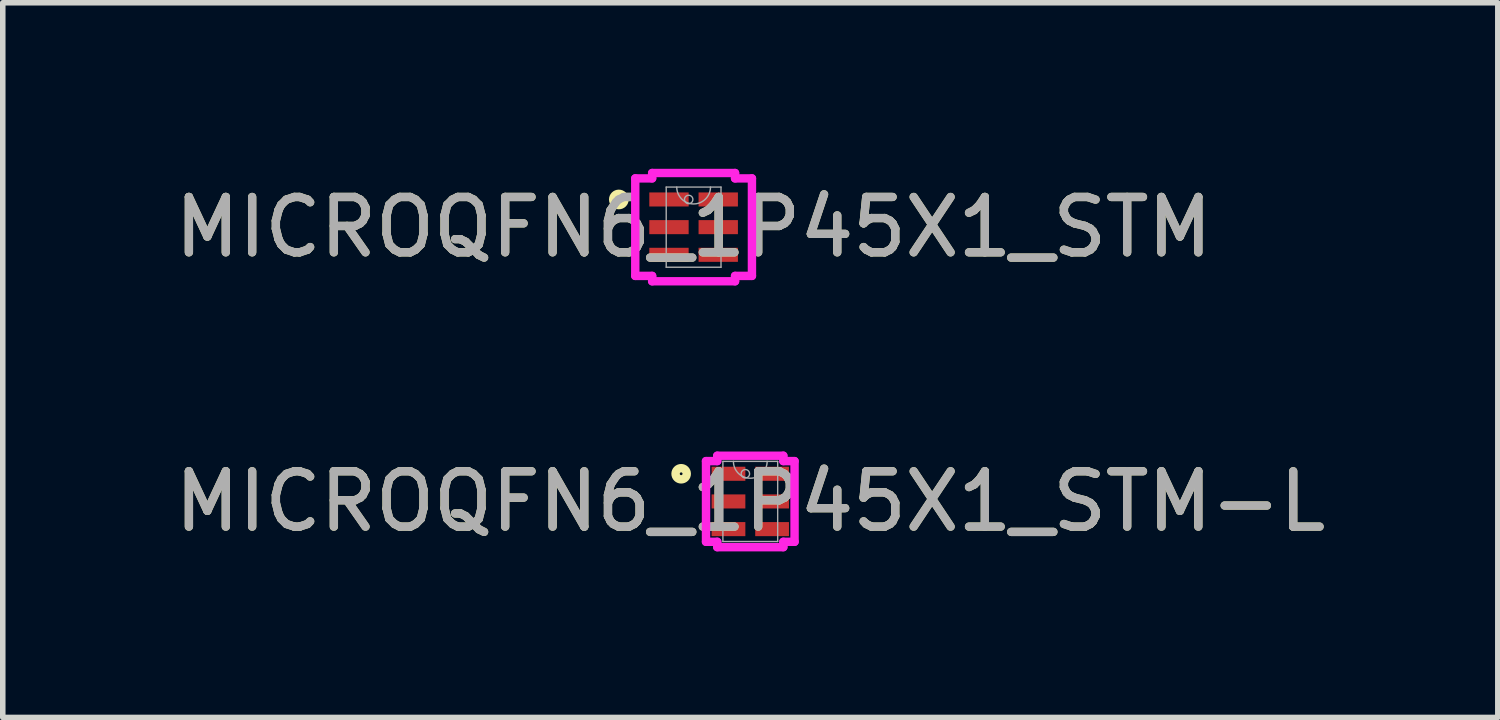
<source format=kicad_pcb>
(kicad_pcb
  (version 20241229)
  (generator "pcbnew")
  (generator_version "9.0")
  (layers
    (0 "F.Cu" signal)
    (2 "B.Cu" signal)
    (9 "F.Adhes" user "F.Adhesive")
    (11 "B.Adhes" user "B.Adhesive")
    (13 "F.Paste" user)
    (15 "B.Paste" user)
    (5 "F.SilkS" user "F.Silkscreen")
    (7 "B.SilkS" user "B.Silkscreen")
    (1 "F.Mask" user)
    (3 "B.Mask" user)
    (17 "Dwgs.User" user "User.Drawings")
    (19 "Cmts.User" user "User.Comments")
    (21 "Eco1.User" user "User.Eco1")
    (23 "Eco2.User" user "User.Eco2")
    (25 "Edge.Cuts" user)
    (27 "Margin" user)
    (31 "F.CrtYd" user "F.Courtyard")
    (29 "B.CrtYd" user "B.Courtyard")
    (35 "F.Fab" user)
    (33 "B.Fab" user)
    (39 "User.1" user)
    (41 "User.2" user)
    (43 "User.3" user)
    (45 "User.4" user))
  (footprint "MICROQFN6_1P45X1_STM-L"
    (layer "F.Cu")
    (at 10.506 6.01)
    (property "Reference" "MICROQFN6_1P45X1_STM-L" (at 0 0 0) (unlocked yes) (layer "F.SilkS") (effects (font (size 1 1) (thickness 0.15))))
    (attr smd)
    (fp_circle (center -1.249 -0.5) (end -1.148 -0.5) (stroke (width 0.152) (type solid)) (fill no) (layer "F.SilkS"))
    (fp_line (start -0.8 -0.729) (end -0.597 -0.729) (stroke (width 0.152) (type solid)) (layer "F.CrtYd"))
    (fp_line (start -0.8 0.729) (end -0.8 -0.729) (stroke (width 0.152) (type solid)) (layer "F.CrtYd"))
    (fp_line (start -0.8 0.729) (end -0.597 0.729) (stroke (width 0.152) (type solid)) (layer "F.CrtYd"))
    (fp_line (start -0.597 -0.826) (end 0.597 -0.826) (stroke (width 0.152) (type solid)) (layer "F.CrtYd"))
    (fp_line (start -0.597 -0.729) (end -0.597 -0.826) (stroke (width 0.152) (type solid)) (layer "F.CrtYd"))
    (fp_line (start -0.597 0.826) (end -0.597 0.729) (stroke (width 0.152) (type solid)) (layer "F.CrtYd"))
    (fp_line (start 0.597 -0.826) (end 0.597 -0.729) (stroke (width 0.152) (type solid)) (layer "F.CrtYd"))
    (fp_line (start 0.597 0.729) (end 0.597 0.826) (stroke (width 0.152) (type solid)) (layer "F.CrtYd"))
    (fp_line (start 0.597 0.826) (end -0.597 0.826) (stroke (width 0.152) (type solid)) (layer "F.CrtYd"))
    (fp_line (start 0.8 -0.729) (end 0.597 -0.729) (stroke (width 0.152) (type solid)) (layer "F.CrtYd"))
    (fp_line (start 0.8 -0.729) (end 0.8 0.729) (stroke (width 0.152) (type solid)) (layer "F.CrtYd"))
    (fp_line (start 0.8 0.729) (end 0.597 0.729) (stroke (width 0.152) (type solid)) (layer "F.CrtYd"))
    (fp_line (start -0.495 -0.724) (end -0.495 0.724) (stroke (width 0.025) (type solid)) (layer "F.Fab"))
    (fp_line (start -0.495 0.724) (end 0.495 0.724) (stroke (width 0.025) (type solid)) (layer "F.Fab"))
    (fp_line (start 0.495 -0.724) (end -0.495 -0.724) (stroke (width 0.025) (type solid)) (layer "F.Fab"))
    (fp_line (start 0.495 0.724) (end 0.495 -0.724) (stroke (width 0.025) (type solid)) (layer "F.Fab"))
    (fp_arc (start 0.3048 -0.7239) (mid 0 -0.4191) (end -0.3048 -0.7239) (stroke (width 0.0254) (type solid)) (layer "F.Fab"))
    (fp_circle (center -0.089 -0.5) (end -0.013 -0.5) (stroke (width 0.025) (type solid)) (fill no) (layer "F.Fab"))
    (fp_text user "${REFERENCE}" (at 0 0 0) (unlocked yes) (layer "F.Fab") (effects (font (size 1 1) (thickness 0.15))))
    (pad "1" smd rect (at -0.394 -0.5) (size 0.61 0.254) (layers "F.Cu" "F.Mask" "F.Paste"))
    (pad "2" smd rect (at -0.394 0) (size 0.61 0.254) (layers "F.Cu" "F.Mask" "F.Paste"))
    (pad "3" smd rect (at -0.394 0.5) (size 0.61 0.254) (layers "F.Cu" "F.Mask" "F.Paste"))
    (pad "4" smd rect (at 0.394 0.5) (size 0.61 0.254) (layers "F.Cu" "F.Mask" "F.Paste"))
    (pad "5" smd rect (at 0.394 0) (size 0.61 0.254) (layers "F.Cu" "F.Mask" "F.Paste"))
    (pad "6" smd rect (at 0.394 -0.5) (size 0.61 0.254) (layers "F.Cu" "F.Mask" "F.Paste")))
  (footprint "MICROQFN6_1P45X1_STM"
    (layer "F.Cu")
    (at 9.482 1.054)
    (property "Reference" "MICROQFN6_1P45X1_STM" (at 0 0 0) (unlocked yes) (layer "F.SilkS") (effects (font (size 1 1) (thickness 0.15))))
    (attr smd)
    (fp_circle (center -1.351 -0.5) (end -1.249 -0.5) (stroke (width 0.152) (type solid)) (fill no) (layer "F.SilkS"))
    (fp_line (start -1.054 -0.881) (end -0.749 -0.881) (stroke (width 0.152) (type solid)) (layer "F.CrtYd"))
    (fp_line (start -1.054 0.881) (end -1.054 -0.881) (stroke (width 0.152) (type solid)) (layer "F.CrtYd"))
    (fp_line (start -1.054 0.881) (end -0.749 0.881) (stroke (width 0.152) (type solid)) (layer "F.CrtYd"))
    (fp_line (start -0.749 -0.978) (end 0.749 -0.978) (stroke (width 0.152) (type solid)) (layer "F.CrtYd"))
    (fp_line (start -0.749 -0.881) (end -0.749 -0.978) (stroke (width 0.152) (type solid)) (layer "F.CrtYd"))
    (fp_line (start -0.749 0.978) (end -0.749 0.881) (stroke (width 0.152) (type solid)) (layer "F.CrtYd"))
    (fp_line (start 0.749 -0.978) (end 0.749 -0.881) (stroke (width 0.152) (type solid)) (layer "F.CrtYd"))
    (fp_line (start 0.749 0.881) (end 0.749 0.978) (stroke (width 0.152) (type solid)) (layer "F.CrtYd"))
    (fp_line (start 0.749 0.978) (end -0.749 0.978) (stroke (width 0.152) (type solid)) (layer "F.CrtYd"))
    (fp_line (start 1.054 -0.881) (end 0.749 -0.881) (stroke (width 0.152) (type solid)) (layer "F.CrtYd"))
    (fp_line (start 1.054 -0.881) (end 1.054 0.881) (stroke (width 0.152) (type solid)) (layer "F.CrtYd"))
    (fp_line (start 1.054 0.881) (end 0.749 0.881) (stroke (width 0.152) (type solid)) (layer "F.CrtYd"))
    (fp_line (start -0.495 -0.724) (end -0.495 0.724) (stroke (width 0.025) (type solid)) (layer "F.Fab"))
    (fp_line (start -0.495 0.724) (end 0.495 0.724) (stroke (width 0.025) (type solid)) (layer "F.Fab"))
    (fp_line (start 0.495 -0.724) (end -0.495 -0.724) (stroke (width 0.025) (type solid)) (layer "F.Fab"))
    (fp_line (start 0.495 0.724) (end 0.495 -0.724) (stroke (width 0.025) (type solid)) (layer "F.Fab"))
    (fp_arc (start 0.3048 -0.7239) (mid 0 -0.4191) (end -0.3048 -0.7239) (stroke (width 0.0254) (type solid)) (layer "F.Fab"))
    (fp_circle (center -0.089 -0.5) (end -0.013 -0.5) (stroke (width 0.025) (type solid)) (fill no) (layer "F.Fab"))
    (fp_text user "${REFERENCE}" (at 0 0 0) (unlocked yes) (layer "F.Fab") (effects (font (size 1 1) (thickness 0.15))))
    (pad "1" smd rect (at -0.445 -0.5) (size 0.711 0.254) (layers "F.Cu" "F.Mask" "F.Paste"))
    (pad "2" smd rect (at -0.445 0) (size 0.711 0.254) (layers "F.Cu" "F.Mask" "F.Paste"))
    (pad "3" smd rect (at -0.445 0.5) (size 0.711 0.254) (layers "F.Cu" "F.Mask" "F.Paste"))
    (pad "4" smd rect (at 0.445 0.5) (size 0.711 0.254) (layers "F.Cu" "F.Mask" "F.Paste"))
    (pad "5" smd rect (at 0.445 0) (size 0.711 0.254) (layers "F.Cu" "F.Mask" "F.Paste"))
    (pad "6" smd rect (at 0.445 -0.5) (size 0.711 0.254) (layers "F.Cu" "F.Mask" "F.Paste")))
  (gr_rect
    (start -3 -3)
    (end 24.012 9.912)
    (stroke (width 0.1) (type default))
    (fill no)
    (layer "Edge.Cuts")))
</source>
